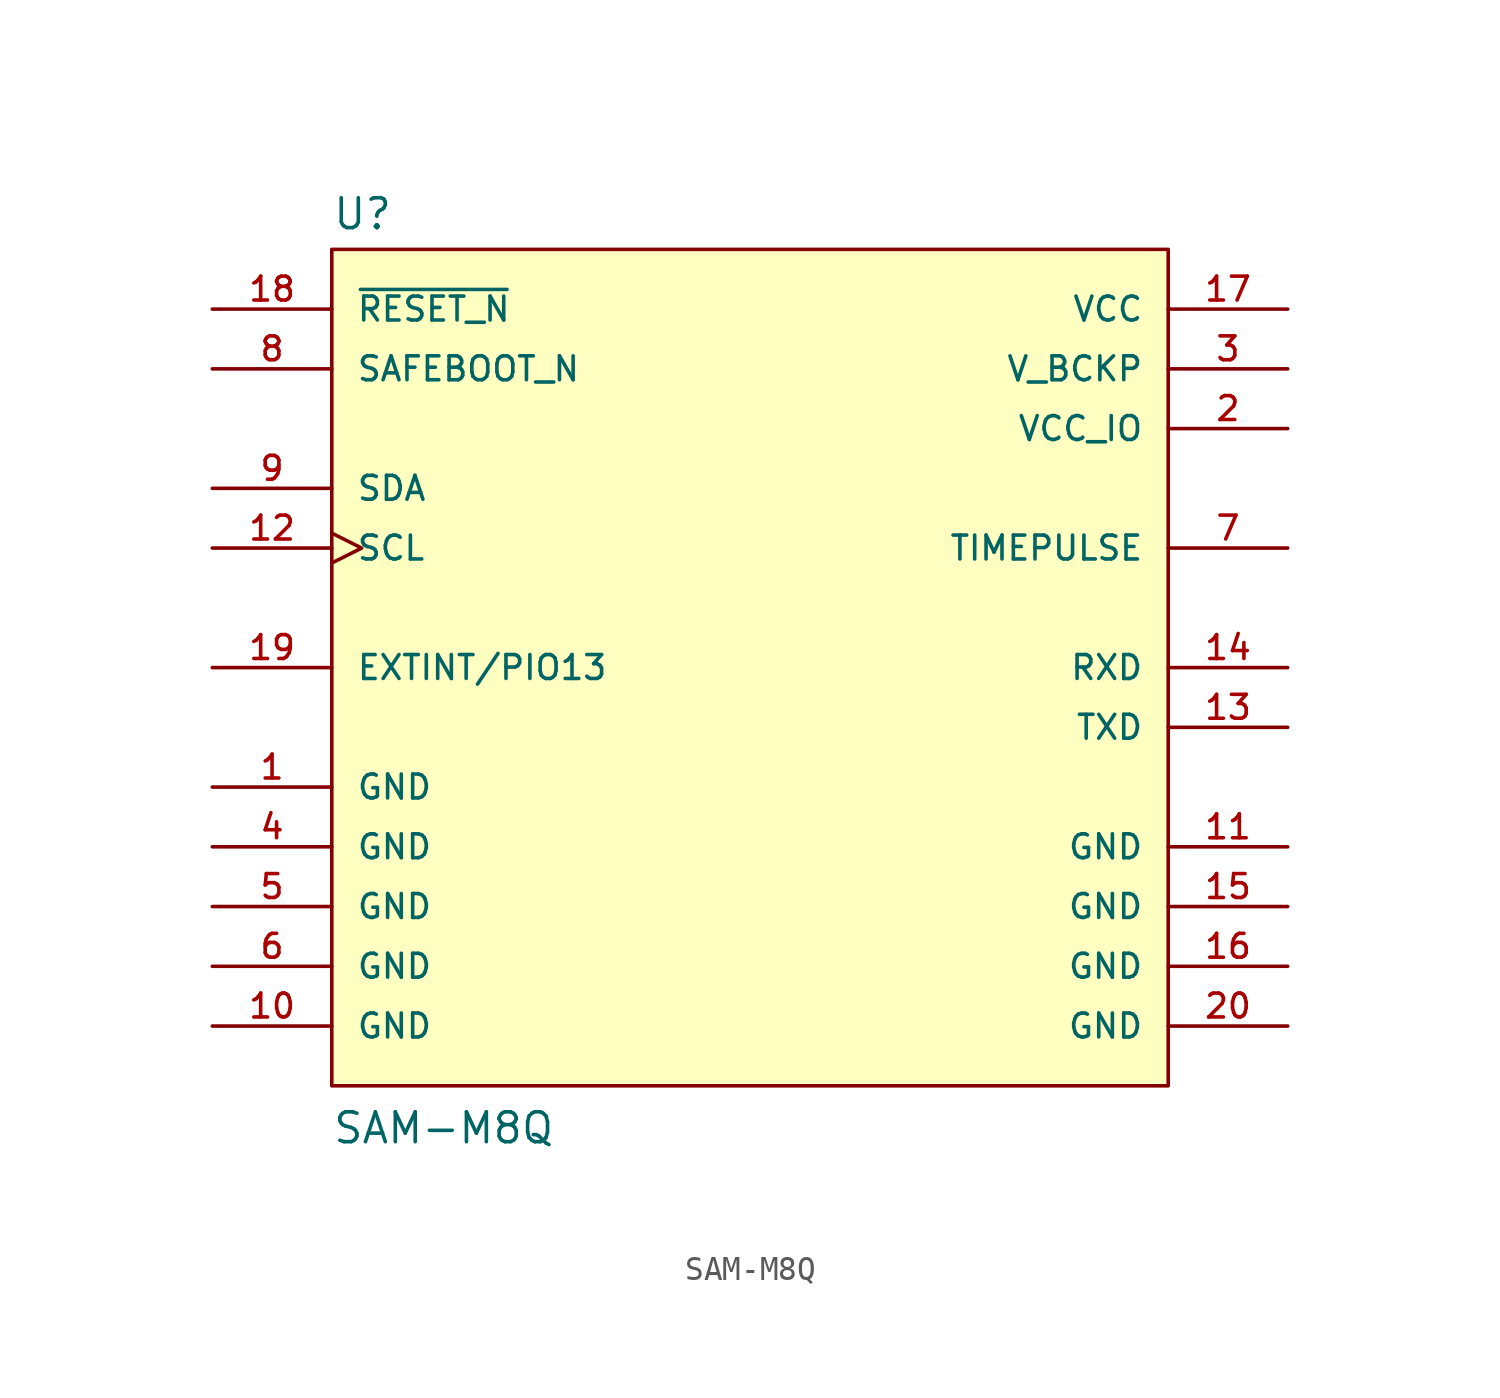
<source format=kicad_sym>
(kicad_symbol_lib
  (version 20211014)
  (generator kicad_symbol_editor)
  (symbol "SAM-M8Q"
    (pin_names
      (offset 1.016))
    (property "Reference" "U"
      (at -17.78 18.542 0)
      (effects (font (size 1.27 1.27)) (justify left bottom)))
    (property "Value" "SAM-M8Q"
      (at -17.78 -20.32 0)
      (effects (font (size 1.27 1.27)) (justify left bottom)))
    (symbol "SAM-M8Q_0_0"
      (rectangle (start -17.78 -17.78) (end 17.78 17.78) (stroke (width 0.152) (type default) (color 0 0 0 0)) (fill (type background)))
      (pin power_in line (at -22.86 -5.08 0) (length 5.08) (name "GND" (effects (font (size 1.016 1.016)))) (number "1" (effects (font (size 1.016 1.016)))))
      (pin power_in line (at -22.86 -15.24 0) (length 5.08) (name "GND" (effects (font (size 1.016 1.016)))) (number "10" (effects (font (size 1.016 1.016)))))
      (pin power_in line (at 22.86 -7.62 180) (length 5.08) (name "GND" (effects (font (size 1.016 1.016)))) (number "11" (effects (font (size 1.016 1.016)))))
      (pin input clock (at -22.86 5.08 0) (length 5.08) (name "SCL" (effects (font (size 1.016 1.016)))) (number "12" (effects (font (size 1.016 1.016)))))
      (pin output line (at 22.86 -2.54 180) (length 5.08) (name "TXD" (effects (font (size 1.016 1.016)))) (number "13" (effects (font (size 1.016 1.016)))))
      (pin input line (at 22.86 0 180) (length 5.08) (name "RXD" (effects (font (size 1.016 1.016)))) (number "14" (effects (font (size 1.016 1.016)))))
      (pin power_in line (at 22.86 -10.16 180) (length 5.08) (name "GND" (effects (font (size 1.016 1.016)))) (number "15" (effects (font (size 1.016 1.016)))))
      (pin power_in line (at 22.86 -12.7 180) (length 5.08) (name "GND" (effects (font (size 1.016 1.016)))) (number "16" (effects (font (size 1.016 1.016)))))
      (pin power_in line (at 22.86 15.24 180) (length 5.08) (name "VCC" (effects (font (size 1.016 1.016)))) (number "17" (effects (font (size 1.016 1.016)))))
      (pin input line (at -22.86 15.24 0) (length 5.08) (name "~{RESET_N}" (effects (font (size 1.016 1.016)))) (number "18" (effects (font (size 1.016 1.016)))))
      (pin input line (at -22.86 0 0) (length 5.08) (name "EXTINT/PIO13" (effects (font (size 1.016 1.016)))) (number "19" (effects (font (size 1.016 1.016)))))
      (pin power_in line (at 22.86 10.16 180) (length 5.08) (name "VCC_IO" (effects (font (size 1.016 1.016)))) (number "2" (effects (font (size 1.016 1.016)))))
      (pin power_in line (at 22.86 -15.24 180) (length 5.08) (name "GND" (effects (font (size 1.016 1.016)))) (number "20" (effects (font (size 1.016 1.016)))))
      (pin power_in line (at 22.86 12.7 180) (length 5.08) (name "V_BCKP" (effects (font (size 1.016 1.016)))) (number "3" (effects (font (size 1.016 1.016)))))
      (pin power_in line (at -22.86 -7.62 0) (length 5.08) (name "GND" (effects (font (size 1.016 1.016)))) (number "4" (effects (font (size 1.016 1.016)))))
      (pin power_in line (at -22.86 -10.16 0) (length 5.08) (name "GND" (effects (font (size 1.016 1.016)))) (number "5" (effects (font (size 1.016 1.016)))))
      (pin power_in line (at -22.86 -12.7 0) (length 5.08) (name "GND" (effects (font (size 1.016 1.016)))) (number "6" (effects (font (size 1.016 1.016)))))
      (pin output line (at 22.86 5.08 180) (length 5.08) (name "TIMEPULSE" (effects (font (size 1.016 1.016)))) (number "7" (effects (font (size 1.016 1.016)))))
      (pin input line (at -22.86 12.7 0) (length 5.08) (name "SAFEBOOT_N" (effects (font (size 1.016 1.016)))) (number "8" (effects (font (size 1.016 1.016)))))
      (pin bidirectional line (at -22.86 7.62 0) (length 5.08) (name "SDA" (effects (font (size 1.016 1.016)))) (number "9" (effects (font (size 1.016 1.016))))))))
</source>
